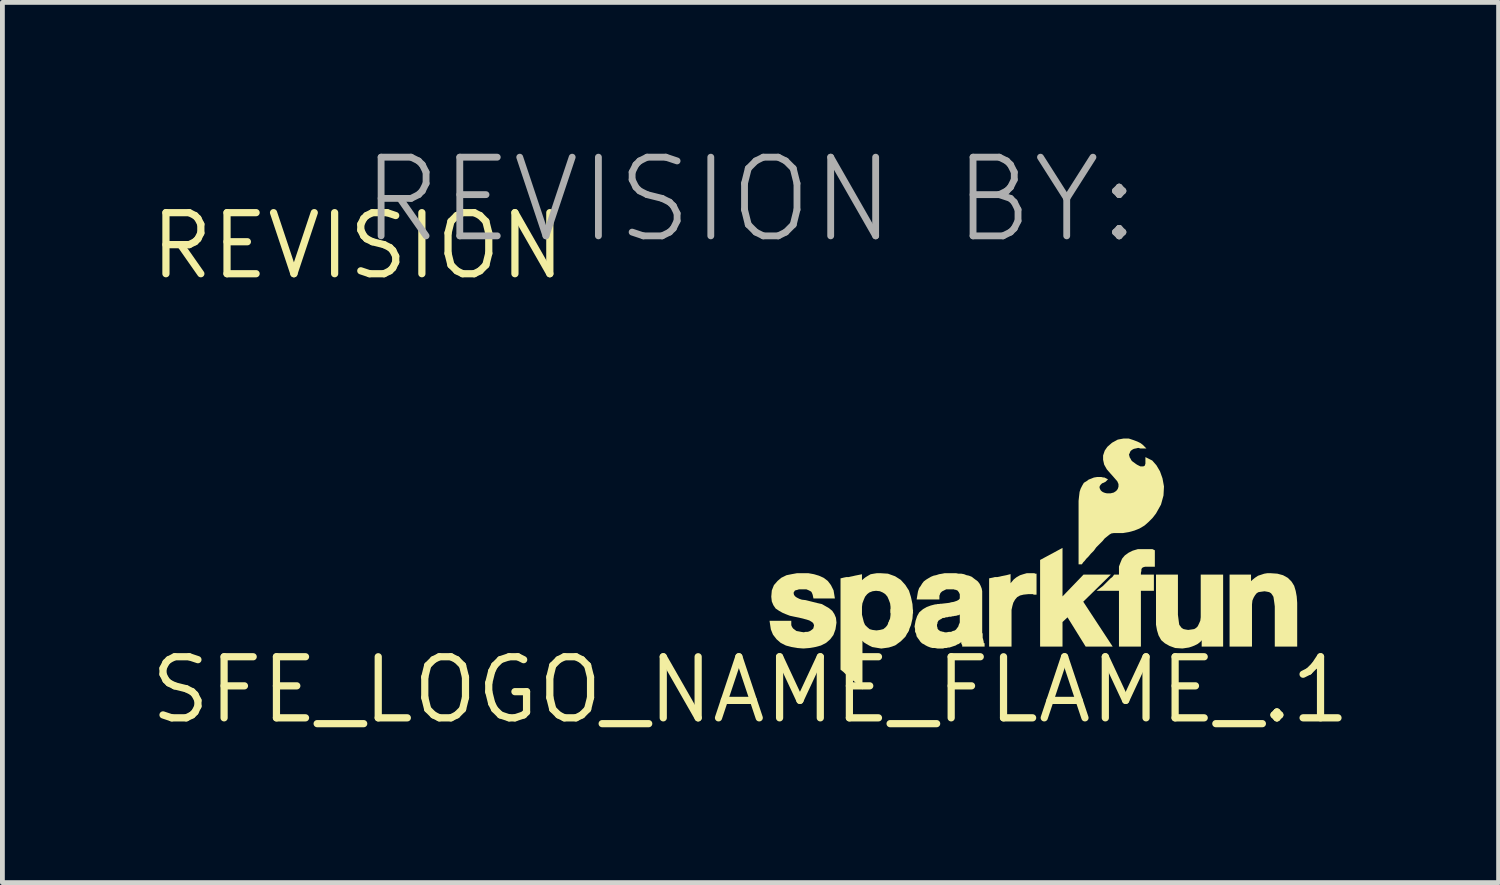
<source format=kicad_pcb>
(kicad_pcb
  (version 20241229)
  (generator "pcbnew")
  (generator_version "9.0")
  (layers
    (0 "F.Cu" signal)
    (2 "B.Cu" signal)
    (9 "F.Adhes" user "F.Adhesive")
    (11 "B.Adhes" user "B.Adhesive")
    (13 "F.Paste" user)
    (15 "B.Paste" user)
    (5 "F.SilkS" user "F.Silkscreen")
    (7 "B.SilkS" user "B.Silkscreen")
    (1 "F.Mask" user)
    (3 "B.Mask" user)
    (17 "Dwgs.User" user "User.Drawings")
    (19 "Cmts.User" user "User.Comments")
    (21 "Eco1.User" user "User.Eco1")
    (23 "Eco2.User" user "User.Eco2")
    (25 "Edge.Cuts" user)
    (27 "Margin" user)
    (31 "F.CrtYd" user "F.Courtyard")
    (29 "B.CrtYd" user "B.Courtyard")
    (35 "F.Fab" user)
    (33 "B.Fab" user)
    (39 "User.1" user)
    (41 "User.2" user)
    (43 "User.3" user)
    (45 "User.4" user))
  (footprint "REVISION"
    (layer "F.Cu")
    (at 4.392 2.062)
    (property "Reference" "REVISION" (at 0 0 0) (layer "F.SilkS") (effects (font (size 1.27 1.27) (thickness 0.15))))
    (fp_text user "REVISION BY: " (at 0 0 0) (layer "F.Fab") (effects (font (size 1.636 1.636) (thickness 0.142)) (justify left bottom))))
  (footprint "SFE_LOGO_NAME_FLAME_.1"
    (layer "F.Cu")
    (at 12.556 11.297)
    (property "Reference" "SFE_LOGO_NAME_FLAME_.1" (at 0 0 0) (layer "F.SilkS") (effects (font (size 1.27 1.27) (thickness 0.15))))
    (fp_poly (pts (xy 3.381 -1.667) (xy 3.368 -1.484) (xy 3.336 -1.348) (xy 3.27 -1.189) (xy 2.862 -1.38) (xy 2.903 -1.489) (xy 2.912 -1.562) (xy 2.912 -1.679)) (stroke (width 0) (type solid)) (fill yes) (layer "F.SilkS"))
    (fp_poly (pts (xy 6.488 -1.945) (xy 6.924 -2.398) (xy 7.493 -2.398) (xy 6.919 -1.835) (xy 7.531 -0.902) (xy 6.969 -0.902) (xy 6.592 -1.51) (xy 6.488 -1.413) (xy 6.488 -0.902) (xy 6.022 -0.902) (xy 6.022 -2.703) (xy 6.488 -2.954)) (stroke (width 0) (type solid)) (fill yes) (layer "F.SilkS"))
    (fp_poly (pts (xy 4.274 -1.56) (xy 4.219 -1.532) (xy 4.196 -1.532) (xy 4.166 -1.522) (xy 4.126 -1.522) (xy 4.096 -1.512) (xy 4.059 -1.512) (xy 4.039 -1.502) (xy 3.984 -1.502) (xy 3.877 -1.782) (xy 4.016 -1.798) (xy 4.105 -1.808) (xy 4.209 -1.823)) (stroke (width 0) (type solid)) (fill yes) (layer "F.SilkS"))
    (fp_poly (pts (xy 8.408 -2.904) (xy 8.408 -2.562) (xy 8.205 -2.562) (xy 8.173 -2.554) (xy 8.146 -2.54) (xy 8.133 -2.521) (xy 8.128 -2.511) (xy 8.128 -2.475) (xy 8.118 -2.435) (xy 8.118 -2.398) (xy 8.388 -2.398) (xy 8.388 -2.062) (xy 8.118 -2.062) (xy 8.118 -0.902) (xy 7.662 -0.902) (xy 7.662 -2.062) (xy 7.196 -2.062) (xy 7.325 -2.159) (xy 7.453 -2.287) (xy 7.485 -2.319) (xy 7.523 -2.347) (xy 7.561 -2.398) (xy 7.662 -2.398) (xy 7.662 -2.567) (xy 7.695 -2.654) (xy 7.727 -2.73) (xy 7.784 -2.798) (xy 7.86 -2.853) (xy 7.946 -2.896) (xy 8.054 -2.928) (xy 8.359 -2.928)) (stroke (width 0) (type solid)) (fill yes) (layer "F.SilkS"))
    (fp_poly (pts (xy 5.916 -2.418) (xy 5.948 -2.418) (xy 5.948 -1.982) (xy 5.891 -1.982) (xy 5.871 -1.992) (xy 5.772 -1.992) (xy 5.677 -1.982) (xy 5.604 -1.964) (xy 5.545 -1.93) (xy 5.501 -1.878) (xy 5.465 -1.815) (xy 5.447 -1.751) (xy 5.428 -1.666) (xy 5.428 -0.902) (xy 4.962 -0.902) (xy 4.962 -2.321) (xy 5.042 -2.337) (xy 5.085 -2.348) (xy 5.136 -2.348) (xy 5.182 -2.357) (xy 5.222 -2.367) (xy 5.273 -2.377) (xy 5.322 -2.387) (xy 5.408 -2.409) (xy 5.408 -2.219) (xy 5.42 -2.234) (xy 5.473 -2.297) (xy 5.529 -2.342) (xy 5.604 -2.385) (xy 5.669 -2.406) (xy 5.745 -2.428) (xy 5.906 -2.428)) (stroke (width 0) (type solid)) (fill yes) (layer "F.SilkS"))
    (fp_poly (pts (xy 8.888 -1.562) (xy 8.908 -1.406) (xy 8.916 -1.355) (xy 8.966 -1.289) (xy 9.004 -1.266) (xy 9.047 -1.257) (xy 9.101 -1.248) (xy 9.174 -1.258) (xy 9.227 -1.266) (xy 9.266 -1.29) (xy 9.299 -1.323) (xy 9.325 -1.376) (xy 9.353 -1.44) (xy 9.362 -1.512) (xy 9.362 -2.398) (xy 9.828 -2.398) (xy 9.828 -0.902) (xy 9.382 -0.902) (xy 9.382 -1.034) (xy 9.357 -1.003) (xy 9.301 -0.958) (xy 9.236 -0.925) (xy 9.183 -0.904) (xy 9.119 -0.883) (xy 9.046 -0.872) (xy 8.982 -0.862) (xy 8.832 -0.872) (xy 8.714 -0.915) (xy 8.618 -0.969) (xy 8.54 -1.036) (xy 8.485 -1.135) (xy 8.453 -1.241) (xy 8.432 -1.357) (xy 8.432 -2.398) (xy 8.888 -2.398)) (stroke (width 0) (type solid)) (fill yes) (layer "F.SilkS"))
    (fp_poly (pts (xy 10.956 -2.418) (xy 11.074 -2.386) (xy 11.173 -2.331) (xy 11.25 -2.254) (xy 11.305 -2.166) (xy 11.337 -2.059) (xy 11.358 -1.945) (xy 11.368 -1.811) (xy 11.368 -0.902) (xy 10.902 -0.902) (xy 10.902 -1.738) (xy 10.892 -1.815) (xy 10.882 -1.884) (xy 10.874 -1.937) (xy 10.848 -1.979) (xy 10.824 -2.011) (xy 10.786 -2.034) (xy 10.743 -2.043) (xy 10.689 -2.052) (xy 10.616 -2.042) (xy 10.563 -2.034) (xy 10.525 -2.011) (xy 10.491 -1.968) (xy 10.464 -1.923) (xy 10.437 -1.86) (xy 10.428 -1.778) (xy 10.428 -0.902) (xy 9.962 -0.902) (xy 9.962 -2.398) (xy 10.408 -2.398) (xy 10.408 -2.262) (xy 10.435 -2.288) (xy 10.487 -2.331) (xy 10.553 -2.375) (xy 10.618 -2.396) (xy 10.681 -2.417) (xy 10.747 -2.428) (xy 10.811 -2.428)) (stroke (width 0) (type solid)) (fill yes) (layer "F.SilkS"))
    (fp_poly (pts (xy 2.858 -2.418) (xy 3.007 -2.364) (xy 3.125 -2.289) (xy 3.22 -2.183) (xy 3.295 -2.066) (xy 3.337 -1.93) (xy 3.368 -1.785) (xy 3.381 -1.591) (xy 2.912 -1.603) (xy 2.912 -1.728) (xy 2.903 -1.801) (xy 2.875 -1.876) (xy 2.847 -1.94) (xy 2.804 -1.991) (xy 2.752 -2.026) (xy 2.69 -2.053) (xy 2.61 -2.062) (xy 2.539 -2.053) (xy 2.469 -2.026) (xy 2.427 -1.993) (xy 2.383 -1.94) (xy 2.355 -1.876) (xy 2.327 -1.801) (xy 2.318 -1.728) (xy 2.318 -1.565) (xy 2.356 -1.412) (xy 2.382 -1.352) (xy 2.426 -1.308) (xy 2.478 -1.264) (xy 2.537 -1.248) (xy 2.62 -1.238) (xy 2.693 -1.248) (xy 2.762 -1.265) (xy 2.813 -1.307) (xy 2.847 -1.35) (xy 2.891 -1.451) (xy 3.303 -1.257) (xy 3.221 -1.107) (xy 3.125 -1.011) (xy 3.008 -0.926) (xy 2.879 -0.883) (xy 2.719 -0.861) (xy 2.654 -0.872) (xy 2.594 -0.882) (xy 2.528 -0.893) (xy 2.462 -0.927) (xy 2.41 -0.957) (xy 2.355 -0.991) (xy 2.328 -1.024) (xy 2.328 -0.008) (xy 2.175 -0.162) (xy 2.076 -0.24) (xy 2.025 -0.282) (xy 1.935 -0.372) (xy 1.872 -0.422) (xy 1.872 -2.32) (xy 1.942 -2.337) (xy 1.996 -2.348) (xy 2.045 -2.348) (xy 2.082 -2.357) (xy 2.132 -2.367) (xy 2.172 -2.377) (xy 2.223 -2.387) (xy 2.318 -2.406) (xy 2.318 -2.282) (xy 2.335 -2.298) (xy 2.388 -2.341) (xy 2.44 -2.373) (xy 2.497 -2.406) (xy 2.564 -2.418) (xy 2.627 -2.428) (xy 2.701 -2.428)) (stroke (width 0) (type solid)) (fill yes) (layer "F.SilkS"))
    (fp_poly (pts (xy 1.319 -2.407) (xy 1.423 -2.376) (xy 1.519 -2.333) (xy 1.607 -2.267) (xy 1.673 -2.18) (xy 1.727 -2.072) (xy 1.755 -1.902) (xy 1.309 -1.902) (xy 1.293 -1.979) (xy 1.276 -2.022) (xy 1.263 -2.043) (xy 1.241 -2.057) (xy 1.204 -2.075) (xy 1.163 -2.092) (xy 1.006 -2.092) (xy 0.981 -2.083) (xy 0.941 -2.073) (xy 0.924 -2.068) (xy 0.898 -2.028) (xy 0.898 -2.005) (xy 0.905 -1.977) (xy 0.927 -1.947) (xy 0.96 -1.923) (xy 1.015 -1.895) (xy 1.068 -1.877) (xy 1.147 -1.868) (xy 1.389 -1.807) (xy 1.484 -1.786) (xy 1.559 -1.743) (xy 1.632 -1.701) (xy 1.699 -1.646) (xy 1.744 -1.578) (xy 1.777 -1.5) (xy 1.788 -1.399) (xy 1.767 -1.261) (xy 1.724 -1.142) (xy 1.658 -1.054) (xy 1.571 -0.978) (xy 1.464 -0.924) (xy 1.348 -0.893) (xy 1.225 -0.872) (xy 1.1 -0.862) (xy 0.975 -0.872) (xy 0.852 -0.893) (xy 0.736 -0.924) (xy 0.629 -0.978) (xy 0.542 -1.054) (xy 0.467 -1.151) (xy 0.423 -1.26) (xy 0.396 -1.438) (xy 0.848 -1.438) (xy 0.848 -1.347) (xy 0.864 -1.309) (xy 0.887 -1.277) (xy 0.955 -1.226) (xy 1.007 -1.217) (xy 1.057 -1.207) (xy 1.108 -1.199) (xy 1.145 -1.208) (xy 1.185 -1.208) (xy 1.217 -1.216) (xy 1.25 -1.233) (xy 1.285 -1.259) (xy 1.306 -1.279) (xy 1.321 -1.34) (xy 1.314 -1.367) (xy 1.3 -1.395) (xy 1.269 -1.418) (xy 1.224 -1.445) (xy 1.169 -1.463) (xy 1.012 -1.503) (xy 0.912 -1.523) (xy 0.819 -1.543) (xy 0.736 -1.575) (xy 0.663 -1.606) (xy 0.59 -1.648) (xy 0.523 -1.693) (xy 0.476 -1.762) (xy 0.443 -1.84) (xy 0.432 -1.939) (xy 0.443 -2.069) (xy 0.487 -2.18) (xy 0.563 -2.267) (xy 0.639 -2.332) (xy 0.748 -2.386) (xy 0.853 -2.407) (xy 0.967 -2.428) (xy 1.203 -2.428)) (stroke (width 0) (type solid)) (fill yes) (layer "F.SilkS"))
    (fp_poly (pts (xy 7.963 -5.196) (xy 8.045 -5.165) (xy 8.11 -5.133) (xy 8.155 -5.099) (xy 8.232 -5.022) (xy 8.104 -5.022) (xy 8.074 -5.032) (xy 8.055 -5.032) (xy 8.018 -5.023) (xy 7.972 -5.014) (xy 7.94 -4.997) (xy 7.908 -4.973) (xy 7.895 -4.953) (xy 7.885 -4.925) (xy 7.875 -4.905) (xy 7.87 -4.89) (xy 7.877 -4.871) (xy 7.885 -4.836) (xy 7.903 -4.809) (xy 7.921 -4.773) (xy 7.944 -4.75) (xy 7.972 -4.731) (xy 8.012 -4.701) (xy 8.039 -4.683) (xy 8.109 -4.648) (xy 8.164 -4.648) (xy 8.183 -4.655) (xy 8.198 -4.664) (xy 8.212 -4.706) (xy 8.212 -4.842) (xy 8.354 -4.771) (xy 8.441 -4.672) (xy 8.515 -4.546) (xy 8.567 -4.4) (xy 8.598 -4.232) (xy 8.588 -4.044) (xy 8.536 -3.855) (xy 8.432 -3.669) (xy 8.359 -3.575) (xy 8.276 -3.492) (xy 8.193 -3.419) (xy 8.087 -3.356) (xy 7.982 -3.314) (xy 7.868 -3.283) (xy 7.743 -3.262) (xy 7.553 -3.262) (xy 7.503 -3.254) (xy 7.462 -3.229) (xy 7.367 -3.153) (xy 7.318 -3.094) (xy 7.189 -2.965) (xy 7.139 -2.895) (xy 7.078 -2.834) (xy 7.028 -2.774) (xy 6.979 -2.725) (xy 6.949 -2.685) (xy 6.92 -2.656) (xy 6.89 -2.612) (xy 6.822 -2.612) (xy 6.822 -3.932) (xy 6.832 -4.024) (xy 6.843 -4.118) (xy 6.865 -4.185) (xy 6.897 -4.248) (xy 6.932 -4.308) (xy 6.989 -4.342) (xy 7.031 -4.374) (xy 7.086 -4.395) (xy 7.14 -4.417) (xy 7.207 -4.428) (xy 7.295 -4.428) (xy 7.335 -4.418) (xy 7.359 -4.418) (xy 7.434 -4.38) (xy 7.383 -4.329) (xy 7.335 -4.305) (xy 7.311 -4.297) (xy 7.28 -4.266) (xy 7.265 -4.243) (xy 7.258 -4.224) (xy 7.258 -4.206) (xy 7.265 -4.185) (xy 7.281 -4.153) (xy 7.304 -4.13) (xy 7.328 -4.114) (xy 7.371 -4.097) (xy 7.414 -4.088) (xy 7.485 -4.088) (xy 7.554 -4.105) (xy 7.604 -4.138) (xy 7.636 -4.178) (xy 7.652 -4.226) (xy 7.652 -4.282) (xy 7.627 -4.339) (xy 7.561 -4.415) (xy 7.481 -4.505) (xy 7.409 -4.588) (xy 7.354 -4.686) (xy 7.332 -4.786) (xy 7.332 -4.876) (xy 7.366 -4.977) (xy 7.421 -5.056) (xy 7.518 -5.141) (xy 7.637 -5.206) (xy 7.757 -5.228) (xy 7.866 -5.228)) (stroke (width 0) (type solid)) (fill yes) (layer "F.SilkS"))
    (fp_poly (pts (xy 4.324 -2.418) (xy 4.384 -2.418) (xy 4.441 -2.407) (xy 4.491 -2.387) (xy 4.541 -2.377) (xy 4.599 -2.354) (xy 4.643 -2.32) (xy 4.683 -2.29) (xy 4.727 -2.257) (xy 4.763 -2.21) (xy 4.785 -2.166) (xy 4.807 -2.111) (xy 4.818 -2.054) (xy 4.818 -1.189) (xy 4.828 -1.169) (xy 4.828 -1.079) (xy 4.838 -1.059) (xy 4.838 -1.039) (xy 4.848 -1.019) (xy 4.848 -0.989) (xy 4.851 -0.983) (xy 4.868 -0.966) (xy 4.868 -0.902) (xy 4.402 -0.902) (xy 4.402 -0.934) (xy 4.392 -0.944) (xy 4.392 -0.954) (xy 4.382 -0.964) (xy 4.382 -0.994) (xy 4.38 -0.996) (xy 4.364 -0.98) (xy 4.327 -0.955) (xy 4.297 -0.945) (xy 4.267 -0.925) (xy 4.232 -0.914) (xy 4.136 -0.882) (xy 4.106 -0.882) (xy 4.076 -0.872) (xy 4.036 -0.872) (xy 4.006 -0.862) (xy 3.886 -0.862) (xy 3.836 -0.872) (xy 3.785 -0.872) (xy 3.738 -0.884) (xy 3.684 -0.905) (xy 3.641 -0.927) (xy 3.611 -0.947) (xy 3.567 -0.969) (xy 3.53 -1.006) (xy 3.509 -1.038) (xy 3.479 -1.078) (xy 3.454 -1.115) (xy 3.444 -1.168) (xy 3.422 -1.211) (xy 3.422 -1.266) (xy 3.411 -1.32) (xy 3.433 -1.439) (xy 3.465 -1.536) (xy 3.51 -1.615) (xy 3.588 -1.681) (xy 3.664 -1.725) (xy 3.749 -1.756) (xy 3.833 -1.778) (xy 3.955 -1.791) (xy 4.06 -1.516) (xy 3.995 -1.495) (xy 3.983 -1.489) (xy 3.973 -1.479) (xy 3.933 -1.459) (xy 3.923 -1.449) (xy 3.908 -1.442) (xy 3.888 -1.401) (xy 3.888 -1.381) (xy 3.878 -1.361) (xy 3.878 -1.326) (xy 3.888 -1.296) (xy 3.888 -1.279) (xy 3.891 -1.273) (xy 3.901 -1.263) (xy 3.908 -1.248) (xy 3.923 -1.241) (xy 3.933 -1.231) (xy 3.959 -1.218) (xy 3.979 -1.218) (xy 3.999 -1.208) (xy 4.019 -1.208) (xy 4.039 -1.198) (xy 4.076 -1.198) (xy 4.126 -1.208) (xy 4.171 -1.208) (xy 4.207 -1.226) (xy 4.244 -1.235) (xy 4.266 -1.25) (xy 4.28 -1.264) (xy 4.3 -1.294) (xy 4.317 -1.311) (xy 4.324 -1.332) (xy 4.335 -1.365) (xy 4.345 -1.385) (xy 4.352 -1.406) (xy 4.352 -1.568) (xy 4.347 -1.566) (xy 4.319 -1.552) (xy 4.299 -1.552) (xy 4.279 -1.542) (xy 4.2 -1.542) (xy 4.134 -1.807) (xy 4.239 -1.836) (xy 4.294 -1.855) (xy 4.334 -1.879) (xy 4.352 -1.903) (xy 4.352 -1.991) (xy 4.329 -2.037) (xy 4.319 -2.047) (xy 4.312 -2.062) (xy 4.271 -2.082) (xy 4.251 -2.082) (xy 4.231 -2.092) (xy 4.069 -2.092) (xy 3.983 -2.049) (xy 3.951 -2.017) (xy 3.945 -2.005) (xy 3.935 -1.975) (xy 3.928 -1.961) (xy 3.928 -1.882) (xy 3.455 -1.882) (xy 3.472 -1.986) (xy 3.483 -2.049) (xy 3.506 -2.118) (xy 3.538 -2.161) (xy 3.568 -2.211) (xy 3.603 -2.257) (xy 3.649 -2.292) (xy 3.7 -2.323) (xy 3.753 -2.354) (xy 3.809 -2.377) (xy 3.86 -2.387) (xy 3.921 -2.407) (xy 3.983 -2.417) (xy 4.036 -2.428) (xy 4.274 -2.428)) (stroke (width 0) (type solid)) (fill yes) (layer "F.SilkS")))
  (gr_rect
    (start -3 -3)
    (end 28.112 15.303)
    (stroke (width 0.1) (type default))
    (fill no)
    (layer "Edge.Cuts")))
</source>
